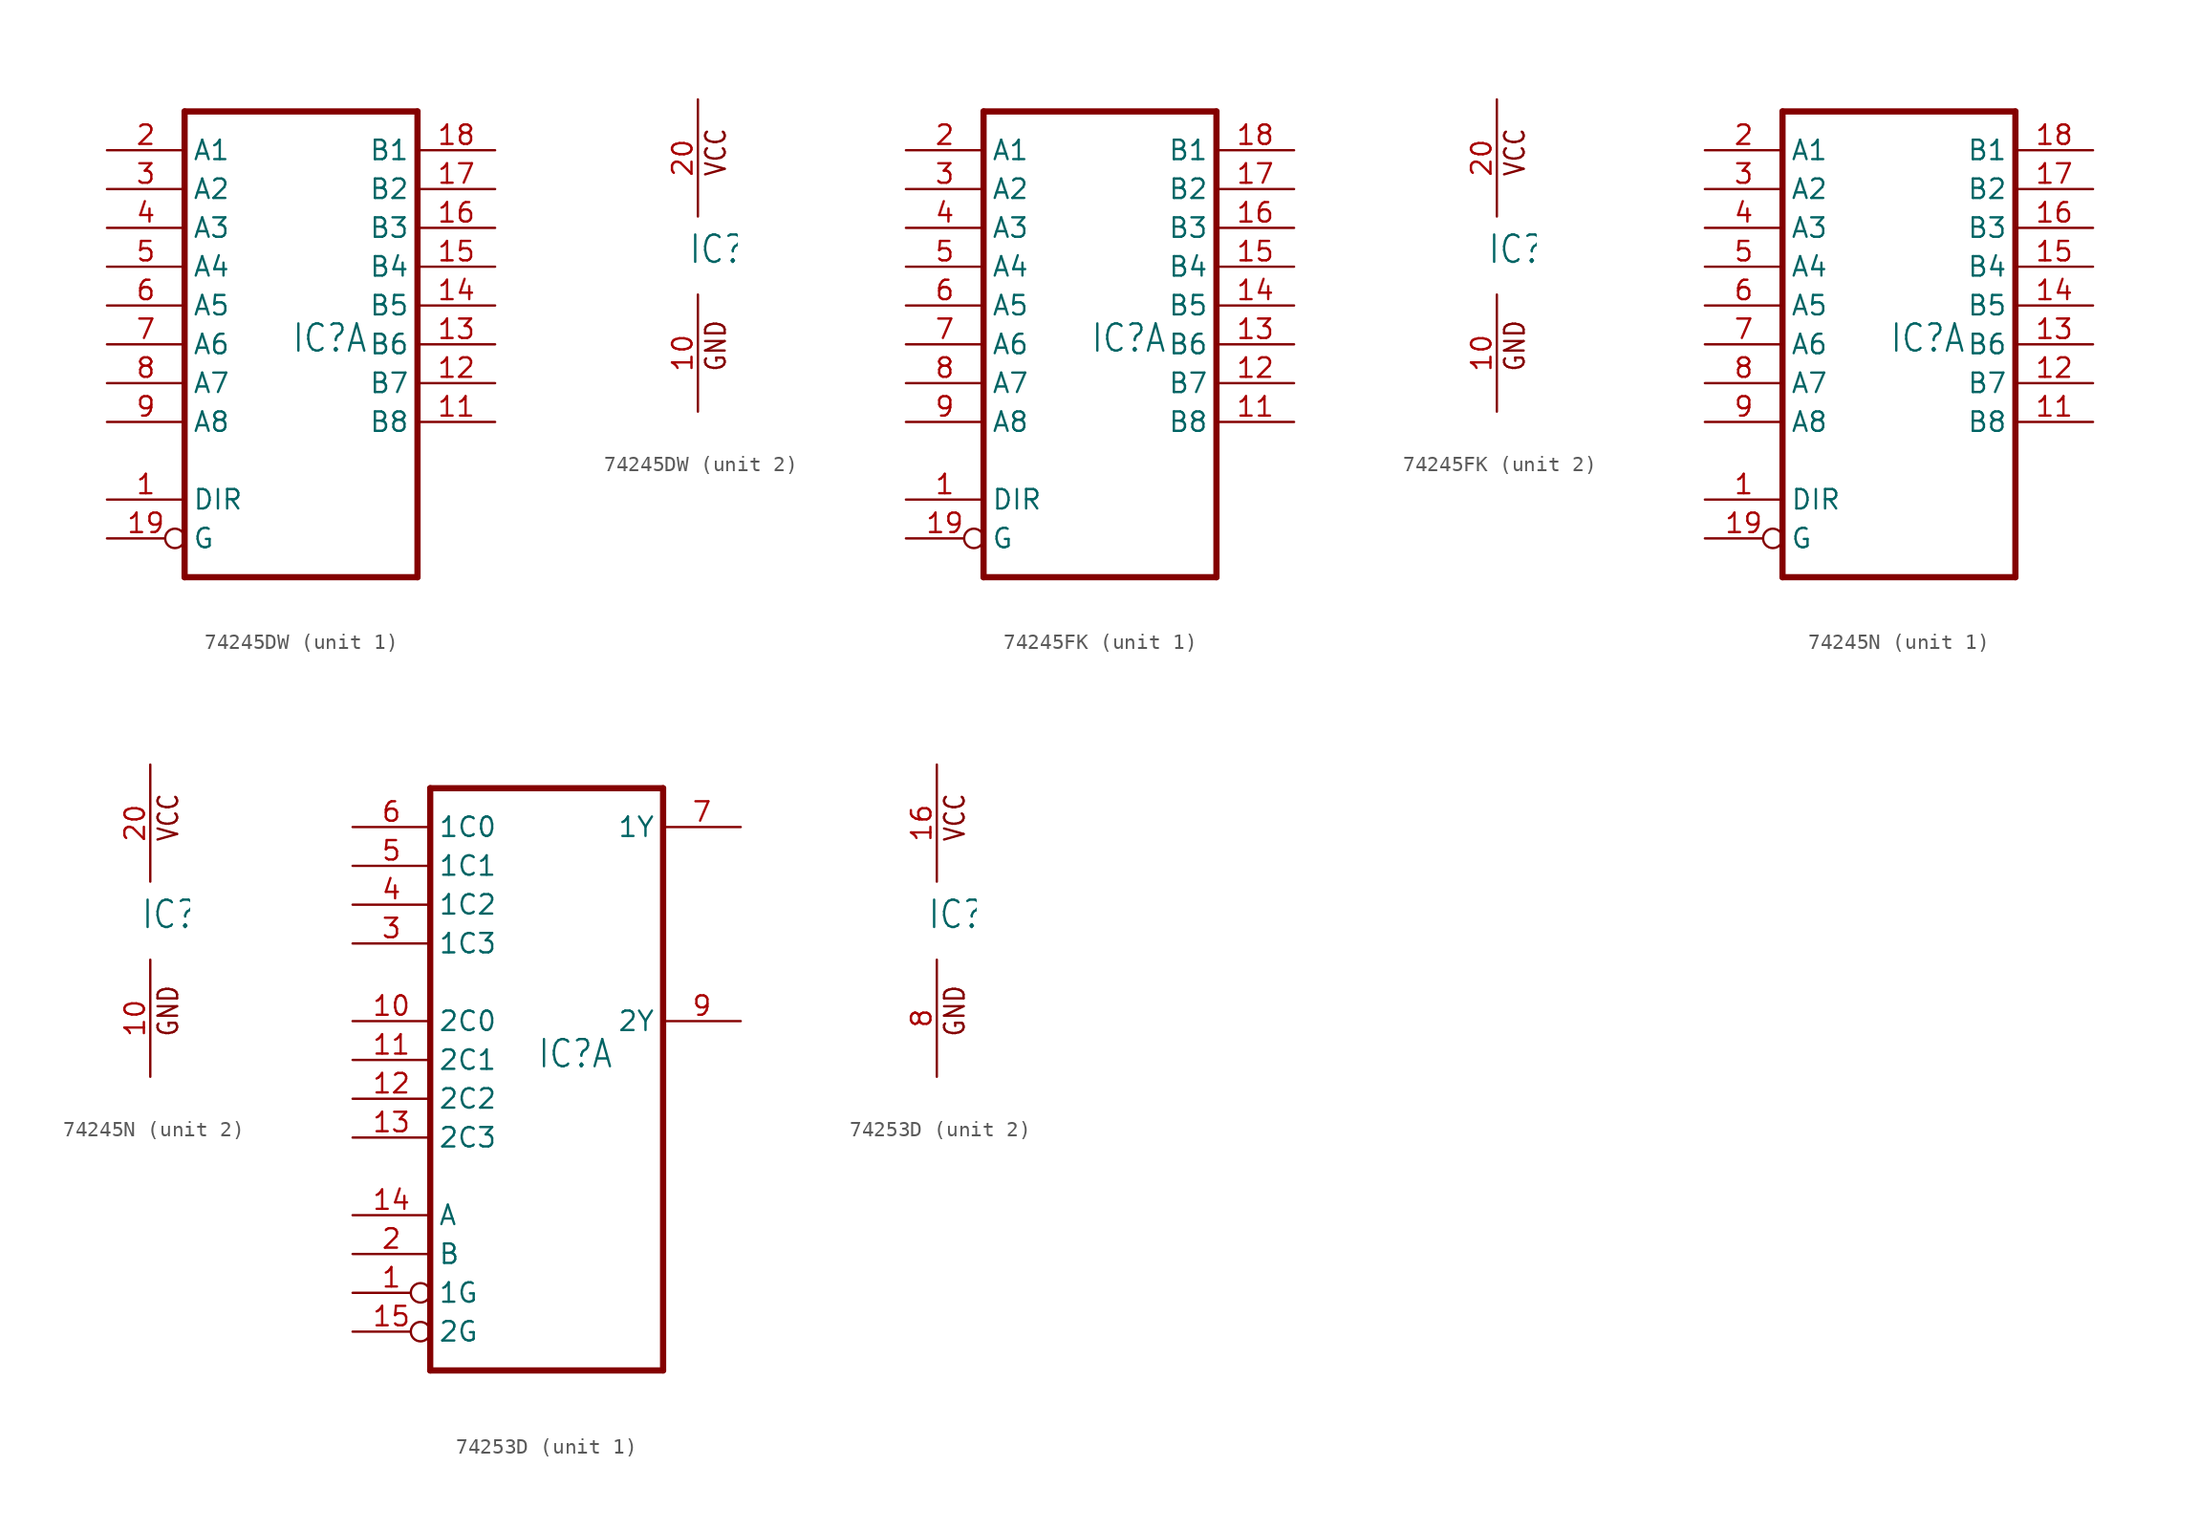
<source format=kicad_sym>
(kicad_symbol_lib
  (version 20211014)
  (generator kicad_symbol_editor)
  (symbol "74245DW"
    (property "Reference" "IC"
      (at -0.635 -0.635 0)
      (effects (font (size 1.778 1.511)) (justify left bottom)))
    (property "ki_locked" ""
      (at 0 0 0)
      (effects (font (size 1.27 1.27))))
    (symbol "74245DW_1_0"
      (polyline (pts (xy -7.62 -15.24) (xy 7.62 -15.24)) (stroke (width 0.406) (type default) (color 0 0 0 0)) (fill (type none)))
      (polyline (pts (xy -7.62 15.24) (xy -7.62 -15.24)) (stroke (width 0.406) (type default) (color 0 0 0 0)) (fill (type none)))
      (polyline (pts (xy 7.62 -15.24) (xy 7.62 15.24)) (stroke (width 0.406) (type default) (color 0 0 0 0)) (fill (type none)))
      (polyline (pts (xy 7.62 15.24) (xy -7.62 15.24)) (stroke (width 0.406) (type default) (color 0 0 0 0)) (fill (type none)))
      (pin input line (at -12.7 -10.16 0) (length 5.08) (name "DIR" (effects (font (size 1.27 1.27)))) (number "1" (effects (font (size 1.27 1.27)))))
      (pin bidirectional line (at 12.7 -5.08 180) (length 5.08) (name "B8" (effects (font (size 1.27 1.27)))) (number "11" (effects (font (size 1.27 1.27)))))
      (pin bidirectional line (at 12.7 -2.54 180) (length 5.08) (name "B7" (effects (font (size 1.27 1.27)))) (number "12" (effects (font (size 1.27 1.27)))))
      (pin bidirectional line (at 12.7 0 180) (length 5.08) (name "B6" (effects (font (size 1.27 1.27)))) (number "13" (effects (font (size 1.27 1.27)))))
      (pin bidirectional line (at 12.7 2.54 180) (length 5.08) (name "B5" (effects (font (size 1.27 1.27)))) (number "14" (effects (font (size 1.27 1.27)))))
      (pin bidirectional line (at 12.7 5.08 180) (length 5.08) (name "B4" (effects (font (size 1.27 1.27)))) (number "15" (effects (font (size 1.27 1.27)))))
      (pin bidirectional line (at 12.7 7.62 180) (length 5.08) (name "B3" (effects (font (size 1.27 1.27)))) (number "16" (effects (font (size 1.27 1.27)))))
      (pin bidirectional line (at 12.7 10.16 180) (length 5.08) (name "B2" (effects (font (size 1.27 1.27)))) (number "17" (effects (font (size 1.27 1.27)))))
      (pin bidirectional line (at 12.7 12.7 180) (length 5.08) (name "B1" (effects (font (size 1.27 1.27)))) (number "18" (effects (font (size 1.27 1.27)))))
      (pin input inverted (at -12.7 -12.7 0) (length 5.08) (name "G" (effects (font (size 1.27 1.27)))) (number "19" (effects (font (size 1.27 1.27)))))
      (pin bidirectional line (at -12.7 12.7 0) (length 5.08) (name "A1" (effects (font (size 1.27 1.27)))) (number "2" (effects (font (size 1.27 1.27)))))
      (pin bidirectional line (at -12.7 10.16 0) (length 5.08) (name "A2" (effects (font (size 1.27 1.27)))) (number "3" (effects (font (size 1.27 1.27)))))
      (pin bidirectional line (at -12.7 7.62 0) (length 5.08) (name "A3" (effects (font (size 1.27 1.27)))) (number "4" (effects (font (size 1.27 1.27)))))
      (pin bidirectional line (at -12.7 5.08 0) (length 5.08) (name "A4" (effects (font (size 1.27 1.27)))) (number "5" (effects (font (size 1.27 1.27)))))
      (pin bidirectional line (at -12.7 2.54 0) (length 5.08) (name "A5" (effects (font (size 1.27 1.27)))) (number "6" (effects (font (size 1.27 1.27)))))
      (pin bidirectional line (at -12.7 0 0) (length 5.08) (name "A6" (effects (font (size 1.27 1.27)))) (number "7" (effects (font (size 1.27 1.27)))))
      (pin bidirectional line (at -12.7 -2.54 0) (length 5.08) (name "A7" (effects (font (size 1.27 1.27)))) (number "8" (effects (font (size 1.27 1.27)))))
      (pin bidirectional line (at -12.7 -5.08 0) (length 5.08) (name "A8" (effects (font (size 1.27 1.27)))) (number "9" (effects (font (size 1.27 1.27))))))
    (symbol "74245DW_2_0"
      (text "GND" (at 1.905 -7.62 900) (effects (font (size 1.27 1.079)) (justify left bottom)))
      (text "VCC" (at 1.905 5.08 900) (effects (font (size 1.27 1.079)) (justify left bottom)))
      (pin power_in line (at 0 -10.16 90) (length 7.62) (name "GND" (effects (font (size 0 0)))) (number "10" (effects (font (size 1.27 1.27)))))
      (pin power_in line (at 0 10.16 270) (length 7.62) (name "VCC" (effects (font (size 0 0)))) (number "20" (effects (font (size 1.27 1.27)))))))
  (symbol "74245FK"
    (property "Reference" "IC"
      (at -0.635 -0.635 0)
      (effects (font (size 1.778 1.511)) (justify left bottom)))
    (property "ki_locked" ""
      (at 0 0 0)
      (effects (font (size 1.27 1.27))))
    (symbol "74245FK_1_0"
      (polyline (pts (xy -7.62 -15.24) (xy 7.62 -15.24)) (stroke (width 0.406) (type default) (color 0 0 0 0)) (fill (type none)))
      (polyline (pts (xy -7.62 15.24) (xy -7.62 -15.24)) (stroke (width 0.406) (type default) (color 0 0 0 0)) (fill (type none)))
      (polyline (pts (xy 7.62 -15.24) (xy 7.62 15.24)) (stroke (width 0.406) (type default) (color 0 0 0 0)) (fill (type none)))
      (polyline (pts (xy 7.62 15.24) (xy -7.62 15.24)) (stroke (width 0.406) (type default) (color 0 0 0 0)) (fill (type none)))
      (pin input line (at -12.7 -10.16 0) (length 5.08) (name "DIR" (effects (font (size 1.27 1.27)))) (number "1" (effects (font (size 1.27 1.27)))))
      (pin bidirectional line (at 12.7 -5.08 180) (length 5.08) (name "B8" (effects (font (size 1.27 1.27)))) (number "11" (effects (font (size 1.27 1.27)))))
      (pin bidirectional line (at 12.7 -2.54 180) (length 5.08) (name "B7" (effects (font (size 1.27 1.27)))) (number "12" (effects (font (size 1.27 1.27)))))
      (pin bidirectional line (at 12.7 0 180) (length 5.08) (name "B6" (effects (font (size 1.27 1.27)))) (number "13" (effects (font (size 1.27 1.27)))))
      (pin bidirectional line (at 12.7 2.54 180) (length 5.08) (name "B5" (effects (font (size 1.27 1.27)))) (number "14" (effects (font (size 1.27 1.27)))))
      (pin bidirectional line (at 12.7 5.08 180) (length 5.08) (name "B4" (effects (font (size 1.27 1.27)))) (number "15" (effects (font (size 1.27 1.27)))))
      (pin bidirectional line (at 12.7 7.62 180) (length 5.08) (name "B3" (effects (font (size 1.27 1.27)))) (number "16" (effects (font (size 1.27 1.27)))))
      (pin bidirectional line (at 12.7 10.16 180) (length 5.08) (name "B2" (effects (font (size 1.27 1.27)))) (number "17" (effects (font (size 1.27 1.27)))))
      (pin bidirectional line (at 12.7 12.7 180) (length 5.08) (name "B1" (effects (font (size 1.27 1.27)))) (number "18" (effects (font (size 1.27 1.27)))))
      (pin input inverted (at -12.7 -12.7 0) (length 5.08) (name "G" (effects (font (size 1.27 1.27)))) (number "19" (effects (font (size 1.27 1.27)))))
      (pin bidirectional line (at -12.7 12.7 0) (length 5.08) (name "A1" (effects (font (size 1.27 1.27)))) (number "2" (effects (font (size 1.27 1.27)))))
      (pin bidirectional line (at -12.7 10.16 0) (length 5.08) (name "A2" (effects (font (size 1.27 1.27)))) (number "3" (effects (font (size 1.27 1.27)))))
      (pin bidirectional line (at -12.7 7.62 0) (length 5.08) (name "A3" (effects (font (size 1.27 1.27)))) (number "4" (effects (font (size 1.27 1.27)))))
      (pin bidirectional line (at -12.7 5.08 0) (length 5.08) (name "A4" (effects (font (size 1.27 1.27)))) (number "5" (effects (font (size 1.27 1.27)))))
      (pin bidirectional line (at -12.7 2.54 0) (length 5.08) (name "A5" (effects (font (size 1.27 1.27)))) (number "6" (effects (font (size 1.27 1.27)))))
      (pin bidirectional line (at -12.7 0 0) (length 5.08) (name "A6" (effects (font (size 1.27 1.27)))) (number "7" (effects (font (size 1.27 1.27)))))
      (pin bidirectional line (at -12.7 -2.54 0) (length 5.08) (name "A7" (effects (font (size 1.27 1.27)))) (number "8" (effects (font (size 1.27 1.27)))))
      (pin bidirectional line (at -12.7 -5.08 0) (length 5.08) (name "A8" (effects (font (size 1.27 1.27)))) (number "9" (effects (font (size 1.27 1.27))))))
    (symbol "74245FK_2_0"
      (text "GND" (at 1.905 -7.62 900) (effects (font (size 1.27 1.079)) (justify left bottom)))
      (text "VCC" (at 1.905 5.08 900) (effects (font (size 1.27 1.079)) (justify left bottom)))
      (pin power_in line (at 0 -10.16 90) (length 7.62) (name "GND" (effects (font (size 0 0)))) (number "10" (effects (font (size 1.27 1.27)))))
      (pin power_in line (at 0 10.16 270) (length 7.62) (name "VCC" (effects (font (size 0 0)))) (number "20" (effects (font (size 1.27 1.27)))))))
  (symbol "74245N"
    (property "Reference" "IC"
      (at -0.635 -0.635 0)
      (effects (font (size 1.778 1.511)) (justify left bottom)))
    (property "ki_locked" ""
      (at 0 0 0)
      (effects (font (size 1.27 1.27))))
    (symbol "74245N_1_0"
      (polyline (pts (xy -7.62 -15.24) (xy 7.62 -15.24)) (stroke (width 0.406) (type default) (color 0 0 0 0)) (fill (type none)))
      (polyline (pts (xy -7.62 15.24) (xy -7.62 -15.24)) (stroke (width 0.406) (type default) (color 0 0 0 0)) (fill (type none)))
      (polyline (pts (xy 7.62 -15.24) (xy 7.62 15.24)) (stroke (width 0.406) (type default) (color 0 0 0 0)) (fill (type none)))
      (polyline (pts (xy 7.62 15.24) (xy -7.62 15.24)) (stroke (width 0.406) (type default) (color 0 0 0 0)) (fill (type none)))
      (pin input line (at -12.7 -10.16 0) (length 5.08) (name "DIR" (effects (font (size 1.27 1.27)))) (number "1" (effects (font (size 1.27 1.27)))))
      (pin bidirectional line (at 12.7 -5.08 180) (length 5.08) (name "B8" (effects (font (size 1.27 1.27)))) (number "11" (effects (font (size 1.27 1.27)))))
      (pin bidirectional line (at 12.7 -2.54 180) (length 5.08) (name "B7" (effects (font (size 1.27 1.27)))) (number "12" (effects (font (size 1.27 1.27)))))
      (pin bidirectional line (at 12.7 0 180) (length 5.08) (name "B6" (effects (font (size 1.27 1.27)))) (number "13" (effects (font (size 1.27 1.27)))))
      (pin bidirectional line (at 12.7 2.54 180) (length 5.08) (name "B5" (effects (font (size 1.27 1.27)))) (number "14" (effects (font (size 1.27 1.27)))))
      (pin bidirectional line (at 12.7 5.08 180) (length 5.08) (name "B4" (effects (font (size 1.27 1.27)))) (number "15" (effects (font (size 1.27 1.27)))))
      (pin bidirectional line (at 12.7 7.62 180) (length 5.08) (name "B3" (effects (font (size 1.27 1.27)))) (number "16" (effects (font (size 1.27 1.27)))))
      (pin bidirectional line (at 12.7 10.16 180) (length 5.08) (name "B2" (effects (font (size 1.27 1.27)))) (number "17" (effects (font (size 1.27 1.27)))))
      (pin bidirectional line (at 12.7 12.7 180) (length 5.08) (name "B1" (effects (font (size 1.27 1.27)))) (number "18" (effects (font (size 1.27 1.27)))))
      (pin input inverted (at -12.7 -12.7 0) (length 5.08) (name "G" (effects (font (size 1.27 1.27)))) (number "19" (effects (font (size 1.27 1.27)))))
      (pin bidirectional line (at -12.7 12.7 0) (length 5.08) (name "A1" (effects (font (size 1.27 1.27)))) (number "2" (effects (font (size 1.27 1.27)))))
      (pin bidirectional line (at -12.7 10.16 0) (length 5.08) (name "A2" (effects (font (size 1.27 1.27)))) (number "3" (effects (font (size 1.27 1.27)))))
      (pin bidirectional line (at -12.7 7.62 0) (length 5.08) (name "A3" (effects (font (size 1.27 1.27)))) (number "4" (effects (font (size 1.27 1.27)))))
      (pin bidirectional line (at -12.7 5.08 0) (length 5.08) (name "A4" (effects (font (size 1.27 1.27)))) (number "5" (effects (font (size 1.27 1.27)))))
      (pin bidirectional line (at -12.7 2.54 0) (length 5.08) (name "A5" (effects (font (size 1.27 1.27)))) (number "6" (effects (font (size 1.27 1.27)))))
      (pin bidirectional line (at -12.7 0 0) (length 5.08) (name "A6" (effects (font (size 1.27 1.27)))) (number "7" (effects (font (size 1.27 1.27)))))
      (pin bidirectional line (at -12.7 -2.54 0) (length 5.08) (name "A7" (effects (font (size 1.27 1.27)))) (number "8" (effects (font (size 1.27 1.27)))))
      (pin bidirectional line (at -12.7 -5.08 0) (length 5.08) (name "A8" (effects (font (size 1.27 1.27)))) (number "9" (effects (font (size 1.27 1.27))))))
    (symbol "74245N_2_0"
      (text "GND" (at 1.905 -7.62 900) (effects (font (size 1.27 1.079)) (justify left bottom)))
      (text "VCC" (at 1.905 5.08 900) (effects (font (size 1.27 1.079)) (justify left bottom)))
      (pin power_in line (at 0 -10.16 90) (length 7.62) (name "GND" (effects (font (size 0 0)))) (number "10" (effects (font (size 1.27 1.27)))))
      (pin power_in line (at 0 10.16 270) (length 7.62) (name "VCC" (effects (font (size 0 0)))) (number "20" (effects (font (size 1.27 1.27)))))))
  (symbol "74253D"
    (property "Reference" "IC"
      (at -0.635 -0.635 0)
      (effects (font (size 1.778 1.511)) (justify left bottom)))
    (property "ki_locked" ""
      (at 0 0 0)
      (effects (font (size 1.27 1.27))))
    (symbol "74253D_1_0"
      (polyline (pts (xy -7.62 -20.32) (xy 7.62 -20.32)) (stroke (width 0.406) (type default) (color 0 0 0 0)) (fill (type none)))
      (polyline (pts (xy -7.62 17.78) (xy -7.62 -20.32)) (stroke (width 0.406) (type default) (color 0 0 0 0)) (fill (type none)))
      (polyline (pts (xy 7.62 -20.32) (xy 7.62 17.78)) (stroke (width 0.406) (type default) (color 0 0 0 0)) (fill (type none)))
      (polyline (pts (xy 7.62 17.78) (xy -7.62 17.78)) (stroke (width 0.406) (type default) (color 0 0 0 0)) (fill (type none)))
      (pin input inverted (at -12.7 -15.24 0) (length 5.08) (name "1G" (effects (font (size 1.27 1.27)))) (number "1" (effects (font (size 1.27 1.27)))))
      (pin input line (at -12.7 2.54 0) (length 5.08) (name "2C0" (effects (font (size 1.27 1.27)))) (number "10" (effects (font (size 1.27 1.27)))))
      (pin input line (at -12.7 0 0) (length 5.08) (name "2C1" (effects (font (size 1.27 1.27)))) (number "11" (effects (font (size 1.27 1.27)))))
      (pin input line (at -12.7 -2.54 0) (length 5.08) (name "2C2" (effects (font (size 1.27 1.27)))) (number "12" (effects (font (size 1.27 1.27)))))
      (pin input line (at -12.7 -5.08 0) (length 5.08) (name "2C3" (effects (font (size 1.27 1.27)))) (number "13" (effects (font (size 1.27 1.27)))))
      (pin input line (at -12.7 -10.16 0) (length 5.08) (name "A" (effects (font (size 1.27 1.27)))) (number "14" (effects (font (size 1.27 1.27)))))
      (pin input inverted (at -12.7 -17.78 0) (length 5.08) (name "2G" (effects (font (size 1.27 1.27)))) (number "15" (effects (font (size 1.27 1.27)))))
      (pin input line (at -12.7 -12.7 0) (length 5.08) (name "B" (effects (font (size 1.27 1.27)))) (number "2" (effects (font (size 1.27 1.27)))))
      (pin input line (at -12.7 7.62 0) (length 5.08) (name "1C3" (effects (font (size 1.27 1.27)))) (number "3" (effects (font (size 1.27 1.27)))))
      (pin input line (at -12.7 10.16 0) (length 5.08) (name "1C2" (effects (font (size 1.27 1.27)))) (number "4" (effects (font (size 1.27 1.27)))))
      (pin input line (at -12.7 12.7 0) (length 5.08) (name "1C1" (effects (font (size 1.27 1.27)))) (number "5" (effects (font (size 1.27 1.27)))))
      (pin input line (at -12.7 15.24 0) (length 5.08) (name "1C0" (effects (font (size 1.27 1.27)))) (number "6" (effects (font (size 1.27 1.27)))))
      (pin tri_state line (at 12.7 15.24 180) (length 5.08) (name "1Y" (effects (font (size 1.27 1.27)))) (number "7" (effects (font (size 1.27 1.27)))))
      (pin tri_state line (at 12.7 2.54 180) (length 5.08) (name "2Y" (effects (font (size 1.27 1.27)))) (number "9" (effects (font (size 1.27 1.27))))))
    (symbol "74253D_2_0"
      (text "GND" (at 1.905 -7.62 900) (effects (font (size 1.27 1.079)) (justify left bottom)))
      (text "VCC" (at 1.905 5.08 900) (effects (font (size 1.27 1.079)) (justify left bottom)))
      (pin power_in line (at 0 10.16 270) (length 7.62) (name "VCC" (effects (font (size 0 0)))) (number "16" (effects (font (size 1.27 1.27)))))
      (pin power_in line (at 0 -10.16 90) (length 7.62) (name "GND" (effects (font (size 0 0)))) (number "8" (effects (font (size 1.27 1.27))))))))
</source>
